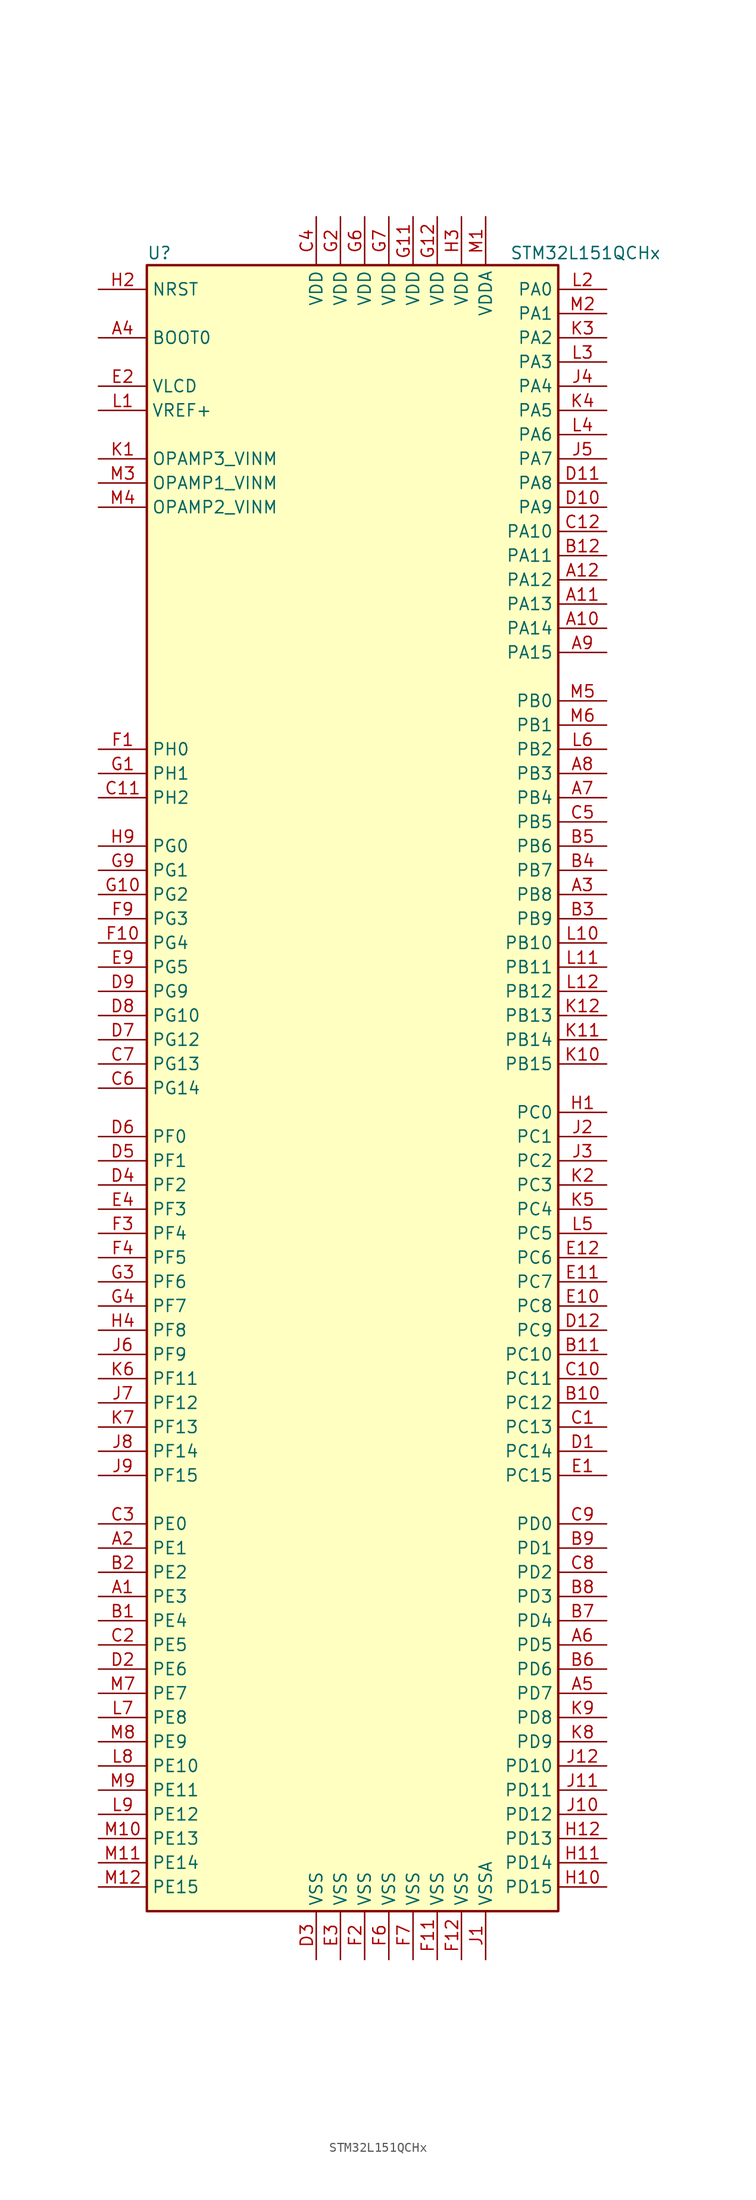
<source format=kicad_sym>
(kicad_symbol_lib
  (version 20201005)
  (generator kicad_symbol_editor)
  (symbol "STM32L151QCHx"
    (property "Reference" "U"
      (at -22.86 87.63 0)
      (effects (font (size 1.27 1.27)) (justify left)))
    (property "Value" "STM32L151QCHx"
      (at 15.24 87.63 0)
      (effects (font (size 1.27 1.27)) (justify left)))
    (symbol "STM32L151QCHx_0_1"
      (rectangle (start -22.86 -86.36) (end 20.32 86.36) (stroke (width 0.254)) (fill (type background))))
    (symbol "STM32L151QCHx_1_1"
      (pin bidirectional line (at -27.94 -53.34 0) (length 5.08) (name "PE3" (effects (font (size 1.27 1.27)))) (number "A1" (effects (font (size 1.27 1.27)))))
      (pin bidirectional line (at 25.4 48.26 180) (length 5.08) (name "PA14" (effects (font (size 1.27 1.27)))) (number "A10" (effects (font (size 1.27 1.27)))))
      (pin bidirectional line (at 25.4 50.8 180) (length 5.08) (name "PA13" (effects (font (size 1.27 1.27)))) (number "A11" (effects (font (size 1.27 1.27)))))
      (pin bidirectional line (at 25.4 53.34 180) (length 5.08) (name "PA12" (effects (font (size 1.27 1.27)))) (number "A12" (effects (font (size 1.27 1.27)))))
      (pin bidirectional line (at -27.94 -48.26 0) (length 5.08) (name "PE1" (effects (font (size 1.27 1.27)))) (number "A2" (effects (font (size 1.27 1.27)))))
      (pin bidirectional line (at 25.4 20.32 180) (length 5.08) (name "PB8" (effects (font (size 1.27 1.27)))) (number "A3" (effects (font (size 1.27 1.27)))))
      (pin input line (at -27.94 78.74 0) (length 5.08) (name "BOOT0" (effects (font (size 1.27 1.27)))) (number "A4" (effects (font (size 1.27 1.27)))))
      (pin bidirectional line (at 25.4 -63.5 180) (length 5.08) (name "PD7" (effects (font (size 1.27 1.27)))) (number "A5" (effects (font (size 1.27 1.27)))))
      (pin bidirectional line (at 25.4 -58.42 180) (length 5.08) (name "PD5" (effects (font (size 1.27 1.27)))) (number "A6" (effects (font (size 1.27 1.27)))))
      (pin bidirectional line (at 25.4 30.48 180) (length 5.08) (name "PB4" (effects (font (size 1.27 1.27)))) (number "A7" (effects (font (size 1.27 1.27)))))
      (pin bidirectional line (at 25.4 33.02 180) (length 5.08) (name "PB3" (effects (font (size 1.27 1.27)))) (number "A8" (effects (font (size 1.27 1.27)))))
      (pin bidirectional line (at 25.4 45.72 180) (length 5.08) (name "PA15" (effects (font (size 1.27 1.27)))) (number "A9" (effects (font (size 1.27 1.27)))))
      (pin bidirectional line (at -27.94 -55.88 0) (length 5.08) (name "PE4" (effects (font (size 1.27 1.27)))) (number "B1" (effects (font (size 1.27 1.27)))))
      (pin bidirectional line (at 25.4 -33.02 180) (length 5.08) (name "PC12" (effects (font (size 1.27 1.27)))) (number "B10" (effects (font (size 1.27 1.27)))))
      (pin bidirectional line (at 25.4 -27.94 180) (length 5.08) (name "PC10" (effects (font (size 1.27 1.27)))) (number "B11" (effects (font (size 1.27 1.27)))))
      (pin bidirectional line (at 25.4 55.88 180) (length 5.08) (name "PA11" (effects (font (size 1.27 1.27)))) (number "B12" (effects (font (size 1.27 1.27)))))
      (pin bidirectional line (at -27.94 -50.8 0) (length 5.08) (name "PE2" (effects (font (size 1.27 1.27)))) (number "B2" (effects (font (size 1.27 1.27)))))
      (pin bidirectional line (at 25.4 17.78 180) (length 5.08) (name "PB9" (effects (font (size 1.27 1.27)))) (number "B3" (effects (font (size 1.27 1.27)))))
      (pin bidirectional line (at 25.4 22.86 180) (length 5.08) (name "PB7" (effects (font (size 1.27 1.27)))) (number "B4" (effects (font (size 1.27 1.27)))))
      (pin bidirectional line (at 25.4 25.4 180) (length 5.08) (name "PB6" (effects (font (size 1.27 1.27)))) (number "B5" (effects (font (size 1.27 1.27)))))
      (pin bidirectional line (at 25.4 -60.96 180) (length 5.08) (name "PD6" (effects (font (size 1.27 1.27)))) (number "B6" (effects (font (size 1.27 1.27)))))
      (pin bidirectional line (at 25.4 -55.88 180) (length 5.08) (name "PD4" (effects (font (size 1.27 1.27)))) (number "B7" (effects (font (size 1.27 1.27)))))
      (pin bidirectional line (at 25.4 -53.34 180) (length 5.08) (name "PD3" (effects (font (size 1.27 1.27)))) (number "B8" (effects (font (size 1.27 1.27)))))
      (pin bidirectional line (at 25.4 -48.26 180) (length 5.08) (name "PD1" (effects (font (size 1.27 1.27)))) (number "B9" (effects (font (size 1.27 1.27)))))
      (pin bidirectional line (at 25.4 -35.56 180) (length 5.08) (name "PC13" (effects (font (size 1.27 1.27)))) (number "C1" (effects (font (size 1.27 1.27)))))
      (pin bidirectional line (at 25.4 -30.48 180) (length 5.08) (name "PC11" (effects (font (size 1.27 1.27)))) (number "C10" (effects (font (size 1.27 1.27)))))
      (pin bidirectional line (at -27.94 30.48 0) (length 5.08) (name "PH2" (effects (font (size 1.27 1.27)))) (number "C11" (effects (font (size 1.27 1.27)))))
      (pin bidirectional line (at 25.4 58.42 180) (length 5.08) (name "PA10" (effects (font (size 1.27 1.27)))) (number "C12" (effects (font (size 1.27 1.27)))))
      (pin bidirectional line (at -27.94 -58.42 0) (length 5.08) (name "PE5" (effects (font (size 1.27 1.27)))) (number "C2" (effects (font (size 1.27 1.27)))))
      (pin bidirectional line (at -27.94 -45.72 0) (length 5.08) (name "PE0" (effects (font (size 1.27 1.27)))) (number "C3" (effects (font (size 1.27 1.27)))))
      (pin power_in line (at -5.08 91.44 270) (length 5.08) (name "VDD" (effects (font (size 1.27 1.27)))) (number "C4" (effects (font (size 1.27 1.27)))))
      (pin bidirectional line (at 25.4 27.94 180) (length 5.08) (name "PB5" (effects (font (size 1.27 1.27)))) (number "C5" (effects (font (size 1.27 1.27)))))
      (pin bidirectional line (at -27.94 0 0) (length 5.08) (name "PG14" (effects (font (size 1.27 1.27)))) (number "C6" (effects (font (size 1.27 1.27)))))
      (pin bidirectional line (at -27.94 2.54 0) (length 5.08) (name "PG13" (effects (font (size 1.27 1.27)))) (number "C7" (effects (font (size 1.27 1.27)))))
      (pin bidirectional line (at 25.4 -50.8 180) (length 5.08) (name "PD2" (effects (font (size 1.27 1.27)))) (number "C8" (effects (font (size 1.27 1.27)))))
      (pin bidirectional line (at 25.4 -45.72 180) (length 5.08) (name "PD0" (effects (font (size 1.27 1.27)))) (number "C9" (effects (font (size 1.27 1.27)))))
      (pin bidirectional line (at 25.4 -38.1 180) (length 5.08) (name "PC14" (effects (font (size 1.27 1.27)))) (number "D1" (effects (font (size 1.27 1.27)))))
      (pin bidirectional line (at 25.4 60.96 180) (length 5.08) (name "PA9" (effects (font (size 1.27 1.27)))) (number "D10" (effects (font (size 1.27 1.27)))))
      (pin bidirectional line (at 25.4 63.5 180) (length 5.08) (name "PA8" (effects (font (size 1.27 1.27)))) (number "D11" (effects (font (size 1.27 1.27)))))
      (pin bidirectional line (at 25.4 -25.4 180) (length 5.08) (name "PC9" (effects (font (size 1.27 1.27)))) (number "D12" (effects (font (size 1.27 1.27)))))
      (pin bidirectional line (at -27.94 -60.96 0) (length 5.08) (name "PE6" (effects (font (size 1.27 1.27)))) (number "D2" (effects (font (size 1.27 1.27)))))
      (pin power_in line (at -5.08 -91.44 90) (length 5.08) (name "VSS" (effects (font (size 1.27 1.27)))) (number "D3" (effects (font (size 1.27 1.27)))))
      (pin bidirectional line (at -27.94 -10.16 0) (length 5.08) (name "PF2" (effects (font (size 1.27 1.27)))) (number "D4" (effects (font (size 1.27 1.27)))))
      (pin bidirectional line (at -27.94 -7.62 0) (length 5.08) (name "PF1" (effects (font (size 1.27 1.27)))) (number "D5" (effects (font (size 1.27 1.27)))))
      (pin bidirectional line (at -27.94 -5.08 0) (length 5.08) (name "PF0" (effects (font (size 1.27 1.27)))) (number "D6" (effects (font (size 1.27 1.27)))))
      (pin bidirectional line (at -27.94 5.08 0) (length 5.08) (name "PG12" (effects (font (size 1.27 1.27)))) (number "D7" (effects (font (size 1.27 1.27)))))
      (pin bidirectional line (at -27.94 7.62 0) (length 5.08) (name "PG10" (effects (font (size 1.27 1.27)))) (number "D8" (effects (font (size 1.27 1.27)))))
      (pin bidirectional line (at -27.94 10.16 0) (length 5.08) (name "PG9" (effects (font (size 1.27 1.27)))) (number "D9" (effects (font (size 1.27 1.27)))))
      (pin bidirectional line (at 25.4 -40.64 180) (length 5.08) (name "PC15" (effects (font (size 1.27 1.27)))) (number "E1" (effects (font (size 1.27 1.27)))))
      (pin bidirectional line (at 25.4 -22.86 180) (length 5.08) (name "PC8" (effects (font (size 1.27 1.27)))) (number "E10" (effects (font (size 1.27 1.27)))))
      (pin bidirectional line (at 25.4 -20.32 180) (length 5.08) (name "PC7" (effects (font (size 1.27 1.27)))) (number "E11" (effects (font (size 1.27 1.27)))))
      (pin bidirectional line (at 25.4 -17.78 180) (length 5.08) (name "PC6" (effects (font (size 1.27 1.27)))) (number "E12" (effects (font (size 1.27 1.27)))))
      (pin power_in line (at -27.94 73.66 0) (length 5.08) (name "VLCD" (effects (font (size 1.27 1.27)))) (number "E2" (effects (font (size 1.27 1.27)))))
      (pin power_in line (at -2.54 -91.44 90) (length 5.08) (name "VSS" (effects (font (size 1.27 1.27)))) (number "E3" (effects (font (size 1.27 1.27)))))
      (pin bidirectional line (at -27.94 -12.7 0) (length 5.08) (name "PF3" (effects (font (size 1.27 1.27)))) (number "E4" (effects (font (size 1.27 1.27)))))
      (pin bidirectional line (at -27.94 12.7 0) (length 5.08) (name "PG5" (effects (font (size 1.27 1.27)))) (number "E9" (effects (font (size 1.27 1.27)))))
      (pin input line (at -27.94 35.56 0) (length 5.08) (name "PH0" (effects (font (size 1.27 1.27)))) (number "F1" (effects (font (size 1.27 1.27)))))
      (pin bidirectional line (at -27.94 15.24 0) (length 5.08) (name "PG4" (effects (font (size 1.27 1.27)))) (number "F10" (effects (font (size 1.27 1.27)))))
      (pin power_in line (at 7.62 -91.44 90) (length 5.08) (name "VSS" (effects (font (size 1.27 1.27)))) (number "F11" (effects (font (size 1.27 1.27)))))
      (pin power_in line (at 10.16 -91.44 90) (length 5.08) (name "VSS" (effects (font (size 1.27 1.27)))) (number "F12" (effects (font (size 1.27 1.27)))))
      (pin power_in line (at 0 -91.44 90) (length 5.08) (name "VSS" (effects (font (size 1.27 1.27)))) (number "F2" (effects (font (size 1.27 1.27)))))
      (pin bidirectional line (at -27.94 -15.24 0) (length 5.08) (name "PF4" (effects (font (size 1.27 1.27)))) (number "F3" (effects (font (size 1.27 1.27)))))
      (pin bidirectional line (at -27.94 -17.78 0) (length 5.08) (name "PF5" (effects (font (size 1.27 1.27)))) (number "F4" (effects (font (size 1.27 1.27)))))
      (pin power_in line (at 2.54 -91.44 90) (length 5.08) (name "VSS" (effects (font (size 1.27 1.27)))) (number "F6" (effects (font (size 1.27 1.27)))))
      (pin power_in line (at 5.08 -91.44 90) (length 5.08) (name "VSS" (effects (font (size 1.27 1.27)))) (number "F7" (effects (font (size 1.27 1.27)))))
      (pin bidirectional line (at -27.94 17.78 0) (length 5.08) (name "PG3" (effects (font (size 1.27 1.27)))) (number "F9" (effects (font (size 1.27 1.27)))))
      (pin input line (at -27.94 33.02 0) (length 5.08) (name "PH1" (effects (font (size 1.27 1.27)))) (number "G1" (effects (font (size 1.27 1.27)))))
      (pin bidirectional line (at -27.94 20.32 0) (length 5.08) (name "PG2" (effects (font (size 1.27 1.27)))) (number "G10" (effects (font (size 1.27 1.27)))))
      (pin power_in line (at 5.08 91.44 270) (length 5.08) (name "VDD" (effects (font (size 1.27 1.27)))) (number "G11" (effects (font (size 1.27 1.27)))))
      (pin power_in line (at 7.62 91.44 270) (length 5.08) (name "VDD" (effects (font (size 1.27 1.27)))) (number "G12" (effects (font (size 1.27 1.27)))))
      (pin power_in line (at -2.54 91.44 270) (length 5.08) (name "VDD" (effects (font (size 1.27 1.27)))) (number "G2" (effects (font (size 1.27 1.27)))))
      (pin bidirectional line (at -27.94 -20.32 0) (length 5.08) (name "PF6" (effects (font (size 1.27 1.27)))) (number "G3" (effects (font (size 1.27 1.27)))))
      (pin bidirectional line (at -27.94 -22.86 0) (length 5.08) (name "PF7" (effects (font (size 1.27 1.27)))) (number "G4" (effects (font (size 1.27 1.27)))))
      (pin power_in line (at 0 91.44 270) (length 5.08) (name "VDD" (effects (font (size 1.27 1.27)))) (number "G6" (effects (font (size 1.27 1.27)))))
      (pin power_in line (at 2.54 91.44 270) (length 5.08) (name "VDD" (effects (font (size 1.27 1.27)))) (number "G7" (effects (font (size 1.27 1.27)))))
      (pin bidirectional line (at -27.94 22.86 0) (length 5.08) (name "PG1" (effects (font (size 1.27 1.27)))) (number "G9" (effects (font (size 1.27 1.27)))))
      (pin bidirectional line (at 25.4 -2.54 180) (length 5.08) (name "PC0" (effects (font (size 1.27 1.27)))) (number "H1" (effects (font (size 1.27 1.27)))))
      (pin bidirectional line (at 25.4 -83.82 180) (length 5.08) (name "PD15" (effects (font (size 1.27 1.27)))) (number "H10" (effects (font (size 1.27 1.27)))))
      (pin bidirectional line (at 25.4 -81.28 180) (length 5.08) (name "PD14" (effects (font (size 1.27 1.27)))) (number "H11" (effects (font (size 1.27 1.27)))))
      (pin bidirectional line (at 25.4 -78.74 180) (length 5.08) (name "PD13" (effects (font (size 1.27 1.27)))) (number "H12" (effects (font (size 1.27 1.27)))))
      (pin input line (at -27.94 83.82 0) (length 5.08) (name "NRST" (effects (font (size 1.27 1.27)))) (number "H2" (effects (font (size 1.27 1.27)))))
      (pin power_in line (at 10.16 91.44 270) (length 5.08) (name "VDD" (effects (font (size 1.27 1.27)))) (number "H3" (effects (font (size 1.27 1.27)))))
      (pin bidirectional line (at -27.94 -25.4 0) (length 5.08) (name "PF8" (effects (font (size 1.27 1.27)))) (number "H4" (effects (font (size 1.27 1.27)))))
      (pin bidirectional line (at -27.94 25.4 0) (length 5.08) (name "PG0" (effects (font (size 1.27 1.27)))) (number "H9" (effects (font (size 1.27 1.27)))))
      (pin power_in line (at 12.7 -91.44 90) (length 5.08) (name "VSSA" (effects (font (size 1.27 1.27)))) (number "J1" (effects (font (size 1.27 1.27)))))
      (pin bidirectional line (at 25.4 -76.2 180) (length 5.08) (name "PD12" (effects (font (size 1.27 1.27)))) (number "J10" (effects (font (size 1.27 1.27)))))
      (pin bidirectional line (at 25.4 -73.66 180) (length 5.08) (name "PD11" (effects (font (size 1.27 1.27)))) (number "J11" (effects (font (size 1.27 1.27)))))
      (pin bidirectional line (at 25.4 -71.12 180) (length 5.08) (name "PD10" (effects (font (size 1.27 1.27)))) (number "J12" (effects (font (size 1.27 1.27)))))
      (pin bidirectional line (at 25.4 -5.08 180) (length 5.08) (name "PC1" (effects (font (size 1.27 1.27)))) (number "J2" (effects (font (size 1.27 1.27)))))
      (pin bidirectional line (at 25.4 -7.62 180) (length 5.08) (name "PC2" (effects (font (size 1.27 1.27)))) (number "J3" (effects (font (size 1.27 1.27)))))
      (pin bidirectional line (at 25.4 73.66 180) (length 5.08) (name "PA4" (effects (font (size 1.27 1.27)))) (number "J4" (effects (font (size 1.27 1.27)))))
      (pin bidirectional line (at 25.4 66.04 180) (length 5.08) (name "PA7" (effects (font (size 1.27 1.27)))) (number "J5" (effects (font (size 1.27 1.27)))))
      (pin bidirectional line (at -27.94 -27.94 0) (length 5.08) (name "PF9" (effects (font (size 1.27 1.27)))) (number "J6" (effects (font (size 1.27 1.27)))))
      (pin bidirectional line (at -27.94 -33.02 0) (length 5.08) (name "PF12" (effects (font (size 1.27 1.27)))) (number "J7" (effects (font (size 1.27 1.27)))))
      (pin bidirectional line (at -27.94 -38.1 0) (length 5.08) (name "PF14" (effects (font (size 1.27 1.27)))) (number "J8" (effects (font (size 1.27 1.27)))))
      (pin bidirectional line (at -27.94 -40.64 0) (length 5.08) (name "PF15" (effects (font (size 1.27 1.27)))) (number "J9" (effects (font (size 1.27 1.27)))))
      (pin bidirectional line (at -27.94 66.04 0) (length 5.08) (name "OPAMP3_VINM" (effects (font (size 1.27 1.27)))) (number "K1" (effects (font (size 1.27 1.27)))))
      (pin bidirectional line (at 25.4 2.54 180) (length 5.08) (name "PB15" (effects (font (size 1.27 1.27)))) (number "K10" (effects (font (size 1.27 1.27)))))
      (pin bidirectional line (at 25.4 5.08 180) (length 5.08) (name "PB14" (effects (font (size 1.27 1.27)))) (number "K11" (effects (font (size 1.27 1.27)))))
      (pin bidirectional line (at 25.4 7.62 180) (length 5.08) (name "PB13" (effects (font (size 1.27 1.27)))) (number "K12" (effects (font (size 1.27 1.27)))))
      (pin bidirectional line (at 25.4 -10.16 180) (length 5.08) (name "PC3" (effects (font (size 1.27 1.27)))) (number "K2" (effects (font (size 1.27 1.27)))))
      (pin bidirectional line (at 25.4 78.74 180) (length 5.08) (name "PA2" (effects (font (size 1.27 1.27)))) (number "K3" (effects (font (size 1.27 1.27)))))
      (pin bidirectional line (at 25.4 71.12 180) (length 5.08) (name "PA5" (effects (font (size 1.27 1.27)))) (number "K4" (effects (font (size 1.27 1.27)))))
      (pin bidirectional line (at 25.4 -12.7 180) (length 5.08) (name "PC4" (effects (font (size 1.27 1.27)))) (number "K5" (effects (font (size 1.27 1.27)))))
      (pin bidirectional line (at -27.94 -30.48 0) (length 5.08) (name "PF11" (effects (font (size 1.27 1.27)))) (number "K6" (effects (font (size 1.27 1.27)))))
      (pin bidirectional line (at -27.94 -35.56 0) (length 5.08) (name "PF13" (effects (font (size 1.27 1.27)))) (number "K7" (effects (font (size 1.27 1.27)))))
      (pin bidirectional line (at 25.4 -68.58 180) (length 5.08) (name "PD9" (effects (font (size 1.27 1.27)))) (number "K8" (effects (font (size 1.27 1.27)))))
      (pin bidirectional line (at 25.4 -66.04 180) (length 5.08) (name "PD8" (effects (font (size 1.27 1.27)))) (number "K9" (effects (font (size 1.27 1.27)))))
      (pin power_in line (at -27.94 71.12 0) (length 5.08) (name "VREF+" (effects (font (size 1.27 1.27)))) (number "L1" (effects (font (size 1.27 1.27)))))
      (pin bidirectional line (at 25.4 15.24 180) (length 5.08) (name "PB10" (effects (font (size 1.27 1.27)))) (number "L10" (effects (font (size 1.27 1.27)))))
      (pin bidirectional line (at 25.4 12.7 180) (length 5.08) (name "PB11" (effects (font (size 1.27 1.27)))) (number "L11" (effects (font (size 1.27 1.27)))))
      (pin bidirectional line (at 25.4 10.16 180) (length 5.08) (name "PB12" (effects (font (size 1.27 1.27)))) (number "L12" (effects (font (size 1.27 1.27)))))
      (pin bidirectional line (at 25.4 83.82 180) (length 5.08) (name "PA0" (effects (font (size 1.27 1.27)))) (number "L2" (effects (font (size 1.27 1.27)))))
      (pin bidirectional line (at 25.4 76.2 180) (length 5.08) (name "PA3" (effects (font (size 1.27 1.27)))) (number "L3" (effects (font (size 1.27 1.27)))))
      (pin bidirectional line (at 25.4 68.58 180) (length 5.08) (name "PA6" (effects (font (size 1.27 1.27)))) (number "L4" (effects (font (size 1.27 1.27)))))
      (pin bidirectional line (at 25.4 -15.24 180) (length 5.08) (name "PC5" (effects (font (size 1.27 1.27)))) (number "L5" (effects (font (size 1.27 1.27)))))
      (pin bidirectional line (at 25.4 35.56 180) (length 5.08) (name "PB2" (effects (font (size 1.27 1.27)))) (number "L6" (effects (font (size 1.27 1.27)))))
      (pin bidirectional line (at -27.94 -66.04 0) (length 5.08) (name "PE8" (effects (font (size 1.27 1.27)))) (number "L7" (effects (font (size 1.27 1.27)))))
      (pin bidirectional line (at -27.94 -71.12 0) (length 5.08) (name "PE10" (effects (font (size 1.27 1.27)))) (number "L8" (effects (font (size 1.27 1.27)))))
      (pin bidirectional line (at -27.94 -76.2 0) (length 5.08) (name "PE12" (effects (font (size 1.27 1.27)))) (number "L9" (effects (font (size 1.27 1.27)))))
      (pin power_in line (at 12.7 91.44 270) (length 5.08) (name "VDDA" (effects (font (size 1.27 1.27)))) (number "M1" (effects (font (size 1.27 1.27)))))
      (pin bidirectional line (at -27.94 -78.74 0) (length 5.08) (name "PE13" (effects (font (size 1.27 1.27)))) (number "M10" (effects (font (size 1.27 1.27)))))
      (pin bidirectional line (at -27.94 -81.28 0) (length 5.08) (name "PE14" (effects (font (size 1.27 1.27)))) (number "M11" (effects (font (size 1.27 1.27)))))
      (pin bidirectional line (at -27.94 -83.82 0) (length 5.08) (name "PE15" (effects (font (size 1.27 1.27)))) (number "M12" (effects (font (size 1.27 1.27)))))
      (pin bidirectional line (at 25.4 81.28 180) (length 5.08) (name "PA1" (effects (font (size 1.27 1.27)))) (number "M2" (effects (font (size 1.27 1.27)))))
      (pin bidirectional line (at -27.94 63.5 0) (length 5.08) (name "OPAMP1_VINM" (effects (font (size 1.27 1.27)))) (number "M3" (effects (font (size 1.27 1.27)))))
      (pin bidirectional line (at -27.94 60.96 0) (length 5.08) (name "OPAMP2_VINM" (effects (font (size 1.27 1.27)))) (number "M4" (effects (font (size 1.27 1.27)))))
      (pin bidirectional line (at 25.4 40.64 180) (length 5.08) (name "PB0" (effects (font (size 1.27 1.27)))) (number "M5" (effects (font (size 1.27 1.27)))))
      (pin bidirectional line (at 25.4 38.1 180) (length 5.08) (name "PB1" (effects (font (size 1.27 1.27)))) (number "M6" (effects (font (size 1.27 1.27)))))
      (pin bidirectional line (at -27.94 -63.5 0) (length 5.08) (name "PE7" (effects (font (size 1.27 1.27)))) (number "M7" (effects (font (size 1.27 1.27)))))
      (pin bidirectional line (at -27.94 -68.58 0) (length 5.08) (name "PE9" (effects (font (size 1.27 1.27)))) (number "M8" (effects (font (size 1.27 1.27)))))
      (pin bidirectional line (at -27.94 -73.66 0) (length 5.08) (name "PE11" (effects (font (size 1.27 1.27)))) (number "M9" (effects (font (size 1.27 1.27))))))))
</source>
